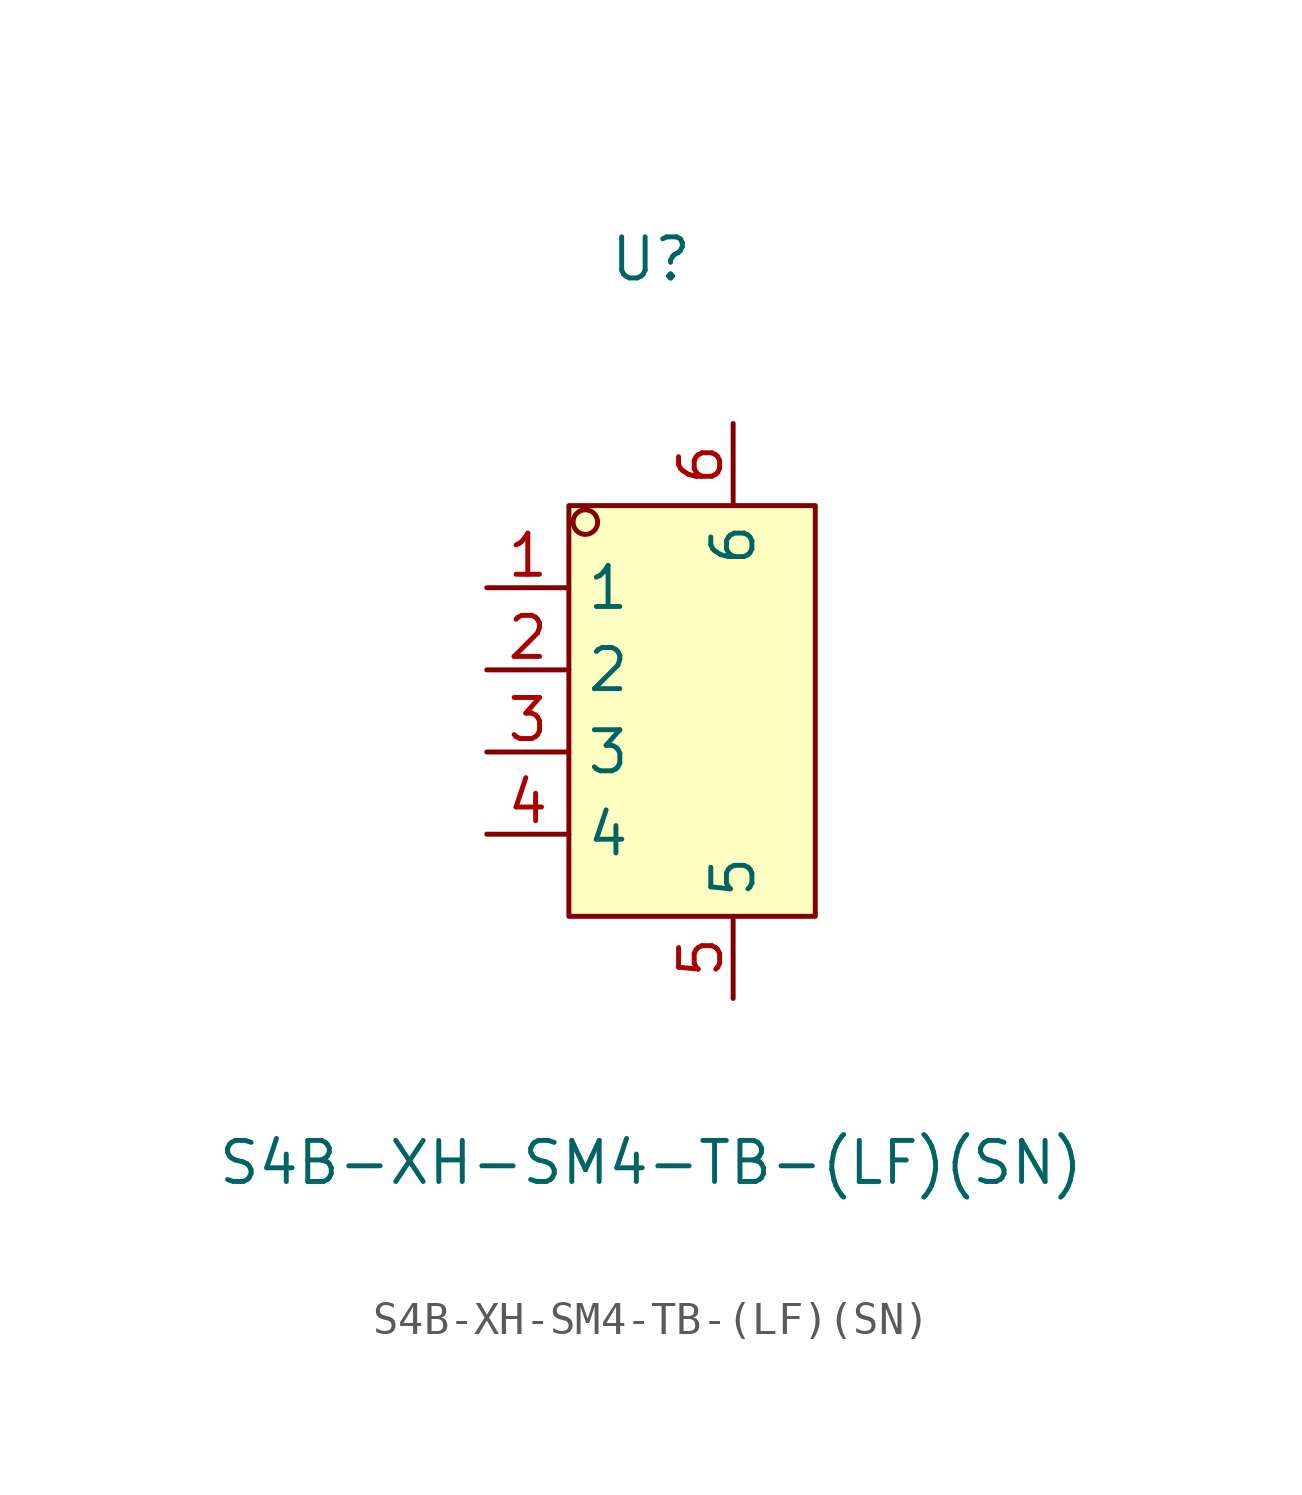
<source format=kicad_sym>
(kicad_symbol_lib
  (version 20211014)
  (generator https://github.com/uPesy/easyeda2kicad.py)
  (symbol "S4B-XH-SM4-TB-(LF)(SN)"
    (property "Reference" "U"
      (at 0 13.97 0)
      (effects (font (size 1.27 1.27))))
    (property "Value" "S4B-XH-SM4-TB-(LF)(SN)"
      (at 0 -13.97 0)
      (effects (font (size 1.27 1.27))))
    (symbol "S4B-XH-SM4-TB-(LF)(SN)_0_1"
      (rectangle (start -2.54 6.35) (end 5.08 -6.35) (stroke (width 0) (type default) (color 0 0 0 0)) (fill (type background)))
      (circle (center -2.03 5.84) (radius 0.38) (stroke (width 0) (type default) (color 0 0 0 0)) (fill (type none)))
      (pin unspecified line (at -5.08 3.81 0) (length 2.54) (name "1" (effects (font (size 1.27 1.27)))) (number "1" (effects (font (size 1.27 1.27)))))
      (pin unspecified line (at -5.08 1.27 0) (length 2.54) (name "2" (effects (font (size 1.27 1.27)))) (number "2" (effects (font (size 1.27 1.27)))))
      (pin unspecified line (at -5.08 -1.27 0) (length 2.54) (name "3" (effects (font (size 1.27 1.27)))) (number "3" (effects (font (size 1.27 1.27)))))
      (pin unspecified line (at -5.08 -3.81 0) (length 2.54) (name "4" (effects (font (size 1.27 1.27)))) (number "4" (effects (font (size 1.27 1.27)))))
      (pin unspecified line (at 2.54 -8.89 90) (length 2.54) (name "5" (effects (font (size 1.27 1.27)))) (number "5" (effects (font (size 1.27 1.27)))))
      (pin unspecified line (at 2.54 8.89 270) (length 2.54) (name "6" (effects (font (size 1.27 1.27)))) (number "6" (effects (font (size 1.27 1.27))))))))
</source>
